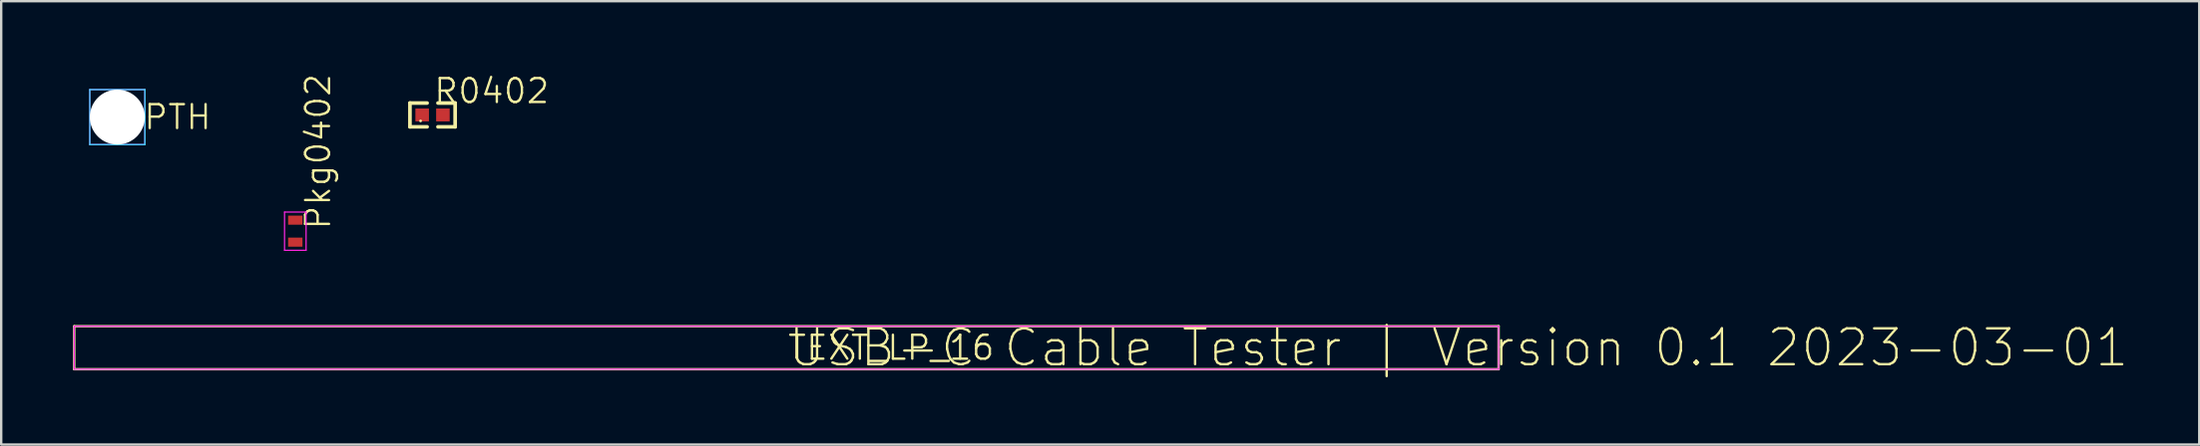
<source format=kicad_pcb>
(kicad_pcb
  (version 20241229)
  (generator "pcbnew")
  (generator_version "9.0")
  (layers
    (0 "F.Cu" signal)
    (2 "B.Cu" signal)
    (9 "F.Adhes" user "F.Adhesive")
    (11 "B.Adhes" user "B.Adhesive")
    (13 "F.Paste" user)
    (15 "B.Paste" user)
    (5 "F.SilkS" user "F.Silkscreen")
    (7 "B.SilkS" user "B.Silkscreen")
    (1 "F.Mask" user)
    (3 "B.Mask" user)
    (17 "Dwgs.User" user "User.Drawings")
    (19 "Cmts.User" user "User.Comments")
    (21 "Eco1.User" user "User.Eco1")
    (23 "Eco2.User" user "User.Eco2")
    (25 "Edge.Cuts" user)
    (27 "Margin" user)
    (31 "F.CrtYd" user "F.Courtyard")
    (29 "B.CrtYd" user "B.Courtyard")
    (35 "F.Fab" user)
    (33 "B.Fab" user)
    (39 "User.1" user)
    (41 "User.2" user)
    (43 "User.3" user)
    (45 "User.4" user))
  (footprint "R0402"
    (layer "F.Cu")
    (at 15.013 1.76)
    (property "Reference" "R0402" (at 0 -1 0) (layer "F.SilkS") (effects (font (size 1 1) (thickness 0.1)) (justify left)))
    (fp_line (start -0.944 -0.498) (end -0.226 -0.498) (stroke (width 0.152) (type solid)) (layer "F.SilkS"))
    (fp_line (start -0.944 0.498) (end -0.944 -0.498) (stroke (width 0.152) (type solid)) (layer "F.SilkS"))
    (fp_line (start -0.226 0.498) (end -0.944 0.498) (stroke (width 0.152) (type solid)) (layer "F.SilkS"))
    (fp_line (start 0.226 0.498) (end 0.944 0.498) (stroke (width 0.152) (type solid)) (layer "F.SilkS"))
    (fp_line (start 0.944 -0.498) (end 0.226 -0.498) (stroke (width 0.152) (type solid)) (layer "F.SilkS"))
    (fp_line (start 0.944 0.498) (end 0.944 -0.498) (stroke (width 0.152) (type solid)) (layer "F.SilkS"))
    (fp_arc (start -0.47 0.2505) (mid -0.53 0.2505) (end -0.47 0.2505) (stroke (width 0.06) (type solid)) (layer "F.SilkS"))
    (pad "1" smd rect (at -0.433 0.001) (size 0.566 0.54) (layers "F.Cu"))
    (pad "2" smd rect (at 0.433 0.001) (size 0.566 0.54) (layers "F.Cu")))
  (footprint "NPTH"
    (layer "F.Cu")
    (at 1.85 1.85)
    (property "Reference" "NPTH" (at 0 0 0) (layer "F.SilkS") (effects (font (size 1 1) (thickness 0.1)) (justify left)))
    (fp_poly (pts (xy 1.85 0) (xy 1.814 -0.361) (xy 1.709 -0.708) (xy 1.538 -1.028) (xy 1.308 -1.308) (xy 1.028 -1.538) (xy 0.708 -1.709) (xy 0.361 -1.814) (xy 0 -1.85) (xy -0.361 -1.814) (xy -0.708 -1.709) (xy -1.028 -1.538) (xy -1.308 -1.308) (xy -1.538 -1.028) (xy -1.709 -0.708) (xy -1.814 -0.361) (xy -1.85 0) (xy -1.814 0.361) (xy -1.709 0.708) (xy -1.538 1.028) (xy -1.308 1.308) (xy -1.028 1.538) (xy -0.708 1.709) (xy -0.361 1.814) (xy 0 1.85) (xy 0.361 1.814) (xy 0.708 1.709) (xy 1.028 1.538) (xy 1.308 1.308) (xy 1.538 1.028) (xy 1.709 0.708) (xy 1.814 0.361)) (stroke (width 0) (type solid)) (fill yes) (layer "F.Mask"))
    (fp_poly (pts (xy 1.85 0) (xy 1.814 -0.361) (xy 1.709 -0.708) (xy 1.538 -1.028) (xy 1.308 -1.308) (xy 1.028 -1.538) (xy 0.708 -1.709) (xy 0.361 -1.814) (xy 0 -1.85) (xy -0.361 -1.814) (xy -0.708 -1.709) (xy -1.028 -1.538) (xy -1.308 -1.308) (xy -1.538 -1.028) (xy -1.709 -0.708) (xy -1.814 -0.361) (xy -1.85 0) (xy -1.814 0.361) (xy -1.709 0.708) (xy -1.538 1.028) (xy -1.308 1.308) (xy -1.028 1.538) (xy -0.708 1.709) (xy -0.361 1.814) (xy 0 1.85) (xy 0.361 1.814) (xy 0.708 1.709) (xy 1.028 1.538) (xy 1.308 1.308) (xy 1.538 1.028) (xy 1.709 0.708) (xy 1.814 0.361)) (stroke (width 0) (type solid)) (fill yes) (layer "B.Mask"))
    (fp_line (start -1.15 -1.15) (end -1.15 1.15) (stroke (width 0.05) (type solid)) (layer "B.CrtYd"))
    (fp_line (start -1.15 1.15) (end 1.15 1.15) (stroke (width 0.05) (type solid)) (layer "B.CrtYd"))
    (fp_line (start 1.15 -1.15) (end -1.15 -1.15) (stroke (width 0.05) (type solid)) (layer "B.CrtYd"))
    (fp_line (start 1.15 1.15) (end 1.15 -1.15) (stroke (width 0.05) (type solid)) (layer "B.CrtYd"))
    (fp_line (start -1.15 -1.15) (end -1.15 1.15) (stroke (width 0.05) (type solid)) (layer "F.CrtYd"))
    (fp_line (start -1.15 1.15) (end 1.15 1.15) (stroke (width 0.05) (type solid)) (layer "F.CrtYd"))
    (fp_line (start 1.15 -1.15) (end -1.15 -1.15) (stroke (width 0.05) (type solid)) (layer "F.CrtYd"))
    (fp_line (start 1.15 1.15) (end 1.15 -1.15) (stroke (width 0.05) (type solid)) (layer "F.CrtYd"))
    (pad "" np_thru_hole circle (at 0 0) (size 2.3 2.3) (drill 2.3) (layers "*.Cu" "*.Mask")))
  (footprint "TEXT_LP_16"
    (layer "F.Cu")
    (at 29.791 11.502)
    (property "Reference" "TEXT_LP_16" (at 0 0 0) (layer "F.SilkS") (effects (font (size 1 1) (thickness 0.1)) (justify left)))
    (fp_line (start -29.741 -0.9) (end 29.741 -0.9) (stroke (width 0.1) (type solid)) (layer "F.SilkS"))
    (fp_line (start -29.741 0.9) (end -29.741 -0.9) (stroke (width 0.1) (type solid)) (layer "F.SilkS"))
    (fp_line (start 29.741 -0.9) (end 29.741 0.9) (stroke (width 0.1) (type solid)) (layer "F.SilkS"))
    (fp_line (start 29.741 0.9) (end -29.741 0.9) (stroke (width 0.1) (type solid)) (layer "F.SilkS"))
    (fp_line (start -29.741 -0.9) (end -29.741 0.9) (stroke (width 0.05) (type solid)) (layer "F.CrtYd"))
    (fp_line (start -29.741 0.9) (end 29.741 0.9) (stroke (width 0.05) (type solid)) (layer "F.CrtYd"))
    (fp_line (start 29.741 -0.9) (end -29.741 -0.9) (stroke (width 0.05) (type solid)) (layer "F.CrtYd"))
    (fp_line (start 29.741 0.9) (end 29.741 -0.9) (stroke (width 0.05) (type solid)) (layer "F.CrtYd"))
    (fp_text user "USB-C Cable Tester | Version 0.1 2023-03-01" (at 0 0 0) (layer "F.SilkS") (effects (font (size 1.5 1.5) (thickness 0.1)) (justify left))))
  (footprint "Pkg0402"
    (layer "F.Cu")
    (at 9.282 6.624)
    (property "Reference" "Pkg0402" (at 0.95 0 90) (layer "F.SilkS") (effects (font (size 1 1) (thickness 0.1)) (justify left)))
    (fp_poly (pts (xy -0.35 -0.22) (xy 0.35 -0.22) (xy 0.35 -0.7) (xy -0.35 -0.7)) (stroke (width 0) (type solid)) (fill yes) (layer "F.Mask"))
    (fp_poly (pts (xy -0.35 0.7) (xy 0.35 0.7) (xy 0.35 0.22) (xy -0.35 0.22)) (stroke (width 0) (type solid)) (fill yes) (layer "F.Mask"))
    (fp_line (start -0.45 -0.8) (end -0.45 0.8) (stroke (width 0.05) (type solid)) (layer "F.CrtYd"))
    (fp_line (start -0.45 0.8) (end 0.45 0.8) (stroke (width 0.05) (type solid)) (layer "F.CrtYd"))
    (fp_line (start 0.45 -0.8) (end -0.45 -0.8) (stroke (width 0.05) (type solid)) (layer "F.CrtYd"))
    (fp_line (start 0.45 0.8) (end 0.45 -0.8) (stroke (width 0.05) (type solid)) (layer "F.CrtYd"))
    (pad "1" smd rect (at 0 -0.46) (size 0.6 0.38) (layers "F.Cu" "F.Paste"))
    (pad "2" smd rect (at 0 0.46) (size 0.6 0.38) (layers "F.Cu" "F.Paste")))
  (gr_rect
    (start -3 -3)
    (end 88.791 15.555)
    (stroke (width 0.1) (type default))
    (fill no)
    (layer "Edge.Cuts")))
</source>
